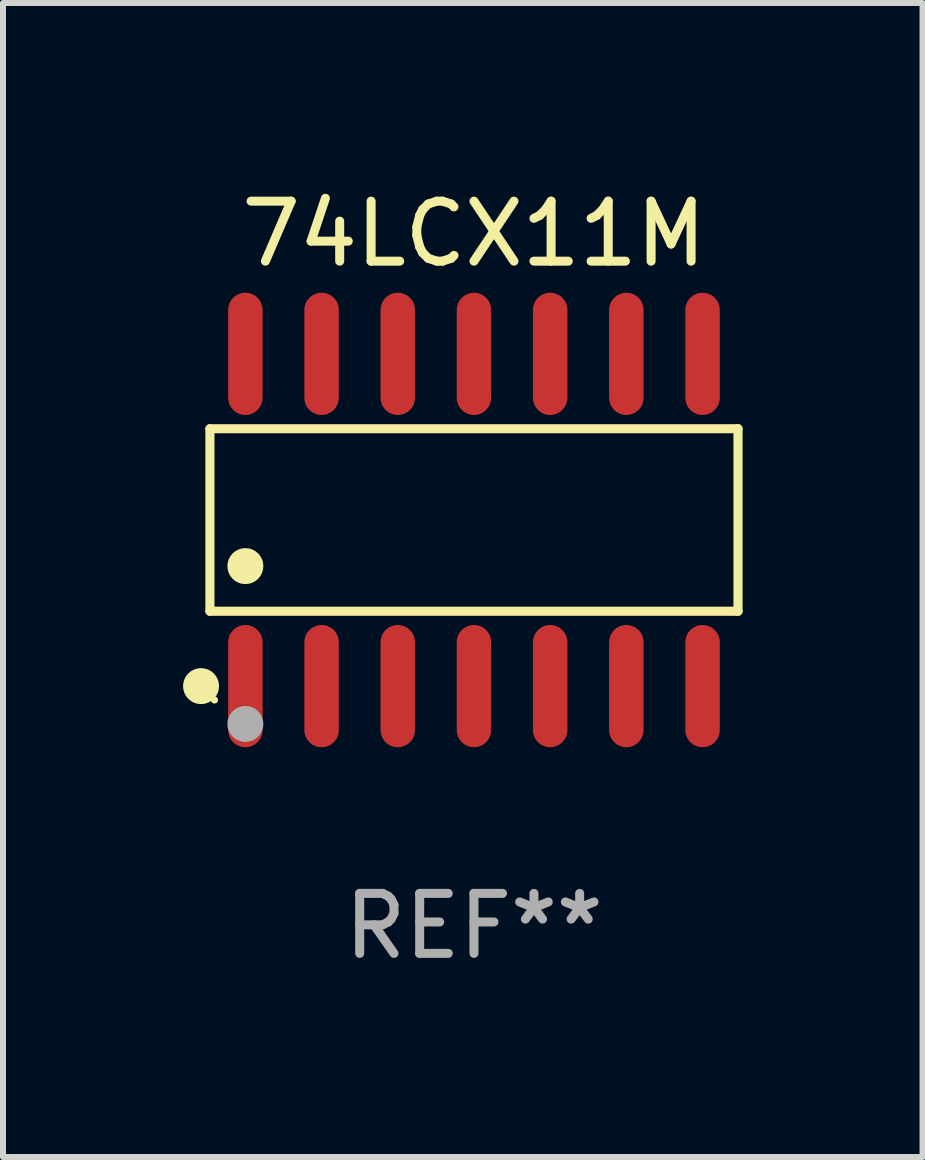
<source format=kicad_pcb>
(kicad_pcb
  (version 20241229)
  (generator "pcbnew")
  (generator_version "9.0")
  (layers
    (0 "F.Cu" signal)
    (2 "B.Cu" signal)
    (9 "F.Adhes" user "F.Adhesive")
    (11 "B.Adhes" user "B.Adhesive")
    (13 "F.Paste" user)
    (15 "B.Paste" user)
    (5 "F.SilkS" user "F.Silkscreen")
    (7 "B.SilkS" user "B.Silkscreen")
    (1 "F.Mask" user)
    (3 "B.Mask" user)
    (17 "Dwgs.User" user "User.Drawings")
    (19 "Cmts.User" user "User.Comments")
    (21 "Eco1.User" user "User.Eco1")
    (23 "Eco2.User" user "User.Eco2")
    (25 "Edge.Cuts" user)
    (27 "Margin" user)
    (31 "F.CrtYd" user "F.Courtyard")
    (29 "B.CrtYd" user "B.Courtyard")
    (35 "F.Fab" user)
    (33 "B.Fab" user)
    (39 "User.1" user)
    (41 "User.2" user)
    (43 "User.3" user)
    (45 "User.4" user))
  (footprint "74LCX11M"
    (layer "F.Cu")
    (at 4.85 5.617)
    (property "Reference" "74LCX11M" (at 0 -4.769 0) (layer "F.SilkS") (effects (font (size 1 1) (thickness 0.15))))
    (attr through_hole)
    (fp_line (start -4.401 -1.521) (end 4.401 -1.521) (stroke (width 0.152) (type solid)) (layer "F.SilkS"))
    (fp_line (start -4.401 1.521) (end -4.401 -1.521) (stroke (width 0.152) (type solid)) (layer "F.SilkS"))
    (fp_line (start 4.401 -1.521) (end 4.401 1.521) (stroke (width 0.152) (type solid)) (layer "F.SilkS"))
    (fp_line (start 4.401 1.521) (end -4.401 1.521) (stroke (width 0.152) (type solid)) (layer "F.SilkS"))
    (fp_circle (center -4.549 2.769) (end -4.399 2.769) (stroke (width 0.3) (type solid)) (fill no) (layer "F.SilkS"))
    (fp_circle (center -4.325 3) (end -4.295 3) (stroke (width 0.06) (type solid)) (fill no) (layer "F.SilkS"))
    (fp_circle (center -3.81 0.769) (end -3.66 0.769) (stroke (width 0.3) (type solid)) (fill no) (layer "F.SilkS"))
    (fp_circle (center -3.81 3.4) (end -3.66 3.4) (stroke (width 0.3) (type solid)) (fill no) (layer "F.Fab"))
    (fp_text user "REF**" (at 0 6.769 0) (layer "F.Fab") (effects (font (size 1 1) (thickness 0.15))))
    (pad "1" smd oval (at -3.81 2.769) (size 0.574 2.038) (layers "F.Cu" "F.Mask" "F.Paste"))
    (pad "2" smd oval (at -2.54 2.769) (size 0.574 2.038) (layers "F.Cu" "F.Mask" "F.Paste"))
    (pad "3" smd oval (at -1.27 2.769) (size 0.574 2.038) (layers "F.Cu" "F.Mask" "F.Paste"))
    (pad "4" smd oval (at 0 2.769) (size 0.574 2.038) (layers "F.Cu" "F.Mask" "F.Paste"))
    (pad "5" smd oval (at 1.27 2.769) (size 0.574 2.038) (layers "F.Cu" "F.Mask" "F.Paste"))
    (pad "6" smd oval (at 2.54 2.769) (size 0.574 2.038) (layers "F.Cu" "F.Mask" "F.Paste"))
    (pad "7" smd oval (at 3.81 2.769) (size 0.574 2.038) (layers "F.Cu" "F.Mask" "F.Paste"))
    (pad "8" smd oval (at 3.81 -2.769) (size 0.574 2.038) (layers "F.Cu" "F.Mask" "F.Paste"))
    (pad "9" smd oval (at 2.54 -2.769) (size 0.574 2.038) (layers "F.Cu" "F.Mask" "F.Paste"))
    (pad "10" smd oval (at 1.27 -2.769) (size 0.574 2.038) (layers "F.Cu" "F.Mask" "F.Paste"))
    (pad "11" smd oval (at 0 -2.769) (size 0.574 2.038) (layers "F.Cu" "F.Mask" "F.Paste"))
    (pad "12" smd oval (at -1.27 -2.769) (size 0.574 2.038) (layers "F.Cu" "F.Mask" "F.Paste"))
    (pad "13" smd oval (at -2.54 -2.769) (size 0.574 2.038) (layers "F.Cu" "F.Mask" "F.Paste"))
    (pad "14" smd oval (at -3.81 -2.769) (size 0.574 2.038) (layers "F.Cu" "F.Mask" "F.Paste")))
  (gr_rect
    (start -3 -3)
    (end 12.327 16.235)
    (stroke (width 0.1) (type default))
    (fill no)
    (layer "Edge.Cuts")))
</source>
